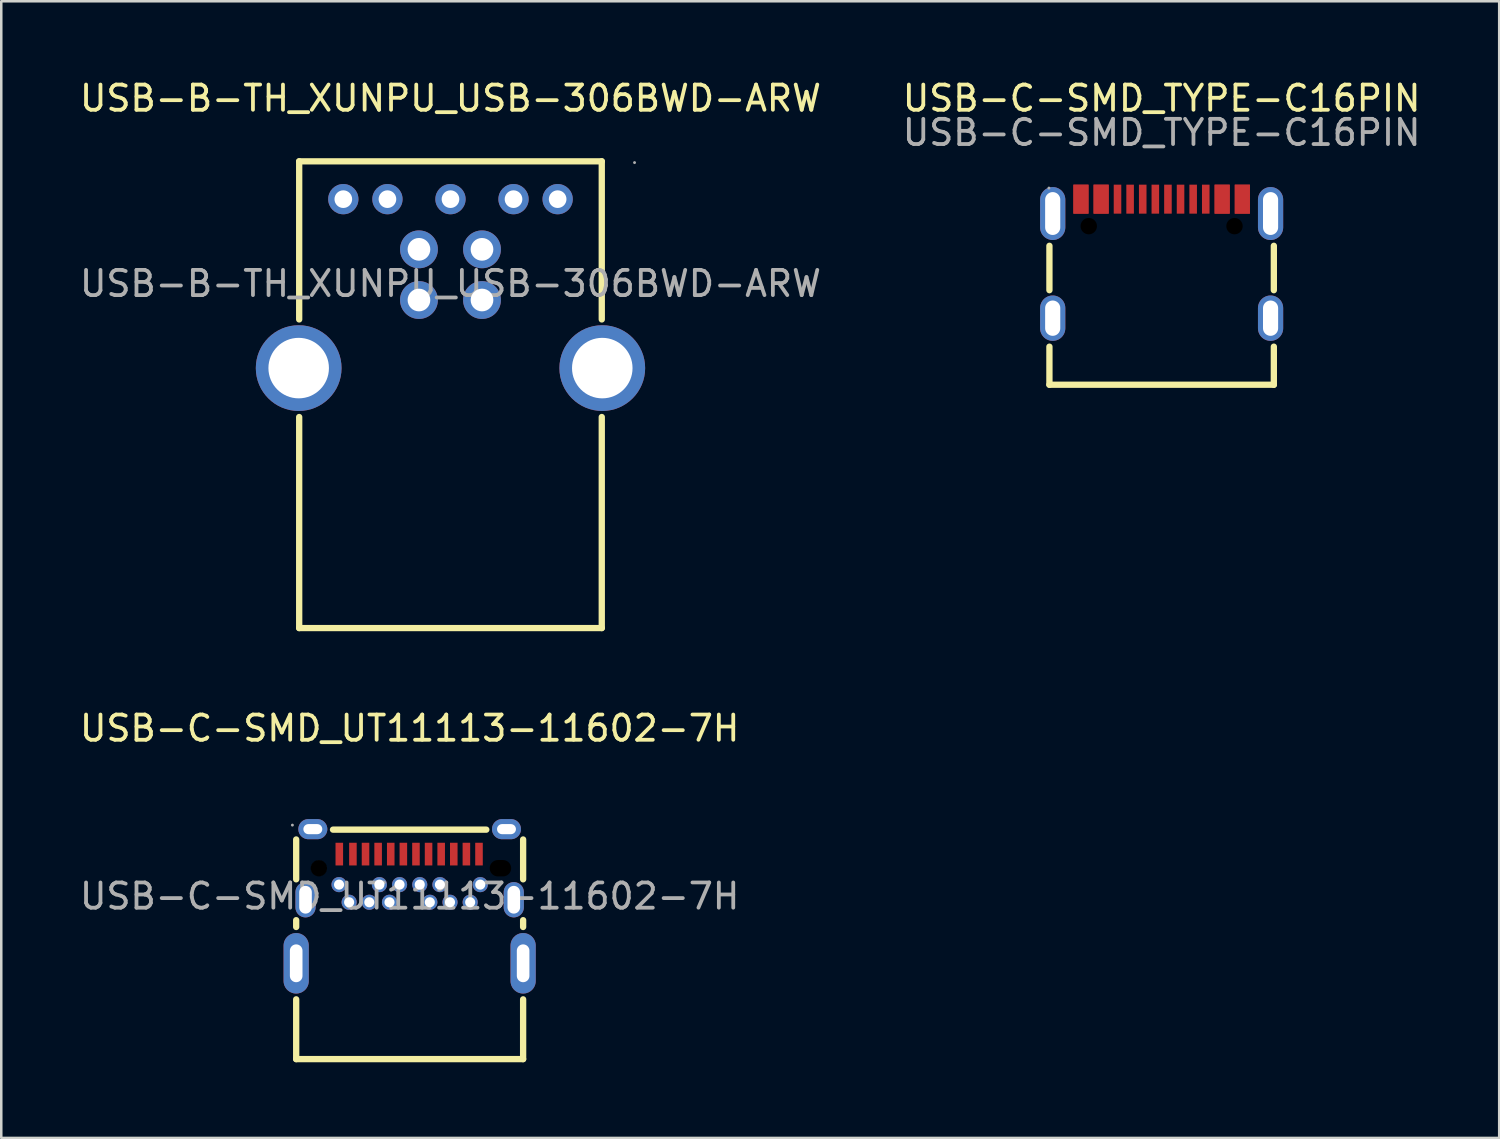
<source format=kicad_pcb>
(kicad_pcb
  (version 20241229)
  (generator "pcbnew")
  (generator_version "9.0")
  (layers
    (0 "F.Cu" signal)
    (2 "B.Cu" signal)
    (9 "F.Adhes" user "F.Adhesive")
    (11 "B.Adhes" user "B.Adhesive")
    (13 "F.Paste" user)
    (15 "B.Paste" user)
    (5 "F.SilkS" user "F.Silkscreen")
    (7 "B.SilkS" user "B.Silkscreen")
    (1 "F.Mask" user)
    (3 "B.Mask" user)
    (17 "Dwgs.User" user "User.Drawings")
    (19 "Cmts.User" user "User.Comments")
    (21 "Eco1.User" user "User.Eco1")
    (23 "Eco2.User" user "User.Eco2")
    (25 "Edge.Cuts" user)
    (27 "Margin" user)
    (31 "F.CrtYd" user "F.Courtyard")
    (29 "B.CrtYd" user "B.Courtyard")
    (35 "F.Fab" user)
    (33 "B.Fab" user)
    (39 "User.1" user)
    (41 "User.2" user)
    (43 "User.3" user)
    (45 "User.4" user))
  (footprint "USB-C-SMD_TYPE-C16PIN"
    (layer "F.Cu")
    (at 43.018 7.208)
    (property "Reference" "USB-C-SMD_TYPE-C16PIN" (at 0 -6.36 0) (layer "F.SilkS") (effects (font (size 1 1) (thickness 0.15))))
    (attr smd)
    (fp_line (start -4.45 -0.51) (end -4.45 1.25) (stroke (width 0.25) (type solid)) (layer "F.SilkS"))
    (fp_line (start -4.45 3.49) (end -4.45 5) (stroke (width 0.25) (type solid)) (layer "F.SilkS"))
    (fp_line (start -4.45 5) (end 4.45 5) (stroke (width 0.25) (type solid)) (layer "F.SilkS"))
    (fp_line (start 4.45 1.25) (end 4.45 -0.51) (stroke (width 0.25) (type solid)) (layer "F.SilkS"))
    (fp_line (start 4.45 5) (end 4.45 3.49) (stroke (width 0.25) (type solid)) (layer "F.SilkS"))
    (fp_circle (center -4.47 -2.8) (end -4.44 -2.8) (stroke (width 0.06) (type solid)) (fill no) (layer "F.Fab"))
    (fp_text user "${REFERENCE}" (at 0 -5 0) (layer "F.Fab") (effects (font (size 1 1) (thickness 0.15))))
    (pad "" np_thru_hole circle (at -2.89 -1.29) (size 0.65 0.65) (drill 0.65) (layers "*.Mask"))
    (pad "" np_thru_hole circle (at 2.89 -1.29) (size 0.65 0.65) (drill 0.65) (layers "*.Mask"))
    (pad "A1" smd rect (at -3.2 -2.36) (size 0.6 1.15) (layers "F.Cu" "F.Mask" "F.Paste"))
    (pad "A4" smd rect (at -2.4 -2.36) (size 0.6 1.15) (layers "F.Cu" "F.Mask" "F.Paste"))
    (pad "A5" smd rect (at -1.25 -2.36) (size 0.3 1.15) (layers "F.Cu" "F.Mask" "F.Paste"))
    (pad "A6" smd rect (at -0.25 -2.36) (size 0.3 1.15) (layers "F.Cu" "F.Mask" "F.Paste"))
    (pad "A7" smd rect (at 0.25 -2.36) (size 0.3 1.15) (layers "F.Cu" "F.Mask" "F.Paste"))
    (pad "A8" smd rect (at -1.75 -2.36) (size 0.3 1.15) (layers "F.Cu" "F.Mask" "F.Paste"))
    (pad "A9" smd rect (at 2.4 -2.36) (size 0.6 1.15) (layers "F.Cu" "F.Mask" "F.Paste"))
    (pad "A12" smd rect (at 3.2 -2.36) (size 0.6 1.15) (layers "F.Cu" "F.Mask" "F.Paste"))
    (pad "B1" smd rect (at 3.2 -2.36) (size 0.6 1.15) (layers "F.Cu" "F.Mask" "F.Paste"))
    (pad "B4" smd rect (at 2.4 -2.36) (size 0.6 1.15) (layers "F.Cu" "F.Mask" "F.Paste"))
    (pad "B5" smd rect (at 1.75 -2.36) (size 0.3 1.15) (layers "F.Cu" "F.Mask" "F.Paste"))
    (pad "B6" smd rect (at 0.75 -2.36) (size 0.3 1.15) (layers "F.Cu" "F.Mask" "F.Paste"))
    (pad "B7" smd rect (at -0.75 -2.36) (size 0.3 1.15) (layers "F.Cu" "F.Mask" "F.Paste"))
    (pad "B8" smd rect (at 1.25 -2.36) (size 0.3 1.15) (layers "F.Cu" "F.Mask" "F.Paste"))
    (pad "B9" smd rect (at -2.4 -2.36) (size 0.6 1.15) (layers "F.Cu" "F.Mask" "F.Paste"))
    (pad "B12" smd rect (at -3.2 -2.36) (size 0.6 1.15) (layers "F.Cu" "F.Mask" "F.Paste"))
    (pad "S1" thru_hole oval (at -4.32 -1.79) (size 1 2.1) (drill oval 0.6 1.7) (layers "*.Cu" "*.Mask"))
    (pad "S1" thru_hole oval (at -4.32 2.36) (size 1 1.8) (drill oval 0.6 1.4) (layers "*.Cu" "*.Mask"))
    (pad "S1" thru_hole oval (at 4.32 -1.79) (size 1 2.1) (drill oval 0.6 1.7) (layers "*.Cu" "*.Mask"))
    (pad "S1" thru_hole oval (at 4.32 2.36) (size 1 1.8) (drill oval 0.6 1.4) (layers "*.Cu" "*.Mask")))
  (footprint "USB-C-SMD_UT11113-11602-7H"
    (layer "F.Cu")
    (at 13.196 32.492)
    (property "Reference" "USB-C-SMD_UT11113-11602-7H" (at 0 -6.66 0) (layer "F.SilkS") (effects (font (size 1 1) (thickness 0.15))))
    (attr smd)
    (fp_line (start -4.5 -0.67) (end -4.5 -2.25) (stroke (width 0.25) (type solid)) (layer "F.SilkS"))
    (fp_line (start -4.5 1.22) (end -4.5 0.95) (stroke (width 0.25) (type solid)) (layer "F.SilkS"))
    (fp_line (start -4.5 6.46) (end -4.5 4.09) (stroke (width 0.25) (type solid)) (layer "F.SilkS"))
    (fp_line (start -4.5 6.46) (end 4.5 6.46) (stroke (width 0.25) (type solid)) (layer "F.SilkS"))
    (fp_line (start -3.04 -2.64) (end 3.04 -2.64) (stroke (width 0.25) (type solid)) (layer "F.SilkS"))
    (fp_line (start 4.5 -0.67) (end 4.5 -2.25) (stroke (width 0.25) (type solid)) (layer "F.SilkS"))
    (fp_line (start 4.5 1.22) (end 4.5 0.95) (stroke (width 0.25) (type solid)) (layer "F.SilkS"))
    (fp_line (start 4.5 6.46) (end 4.5 4.09) (stroke (width 0.25) (type solid)) (layer "F.SilkS"))
    (fp_circle (center -3.6 -1.11) (end -3.45 -1.11) (stroke (width 0.3) (type solid)) (fill no) (layer "Cmts.User"))
    (fp_circle (center -4.65 -2.82) (end -4.62 -2.82) (stroke (width 0.06) (type solid)) (fill no) (layer "F.Fab"))
    (fp_circle (center -2.8 -0.46) (end -2.75 -0.46) (stroke (width 0.1) (type solid)) (fill no) (layer "F.Fab"))
    (fp_circle (center -2.4 0.24) (end -2.35 0.24) (stroke (width 0.1) (type solid)) (fill no) (layer "F.Fab"))
    (fp_circle (center -1.6 0.24) (end -1.55 0.24) (stroke (width 0.1) (type solid)) (fill no) (layer "F.Fab"))
    (fp_circle (center -1.2 -0.46) (end -1.15 -0.46) (stroke (width 0.1) (type solid)) (fill no) (layer "F.Fab"))
    (fp_circle (center -0.8 0.24) (end -0.75 0.24) (stroke (width 0.1) (type solid)) (fill no) (layer "F.Fab"))
    (fp_circle (center -0.4 -0.46) (end -0.35 -0.46) (stroke (width 0.1) (type solid)) (fill no) (layer "F.Fab"))
    (fp_circle (center 0.4 -0.46) (end 0.45 -0.46) (stroke (width 0.1) (type solid)) (fill no) (layer "F.Fab"))
    (fp_circle (center 0.8 0.24) (end 0.85 0.24) (stroke (width 0.1) (type solid)) (fill no) (layer "F.Fab"))
    (fp_circle (center 1.2 -0.46) (end 1.25 -0.46) (stroke (width 0.1) (type solid)) (fill no) (layer "F.Fab"))
    (fp_circle (center 1.6 0.24) (end 1.65 0.24) (stroke (width 0.1) (type solid)) (fill no) (layer "F.Fab"))
    (fp_circle (center 2.4 0.24) (end 2.45 0.24) (stroke (width 0.1) (type solid)) (fill no) (layer "F.Fab"))
    (fp_circle (center 2.8 -0.46) (end 2.85 -0.46) (stroke (width 0.1) (type solid)) (fill no) (layer "F.Fab"))
    (fp_text user "${REFERENCE}" (at 0 0 0) (layer "F.Fab") (effects (font (size 1 1) (thickness 0.15))))
    (pad "" np_thru_hole circle (at -3.6 -1.11) (size 0.65 0.65) (drill 0.65) (layers "*.Mask"))
    (pad "" np_thru_hole oval (at 3.6 -1.11) (size 0.85 0.65) (drill oval 0.85 0.65) (layers "*.Mask"))
    (pad "A1" smd rect (at -2.79 -1.67) (size 0.3 0.9) (layers "F.Cu" "F.Mask" "F.Paste"))
    (pad "A2" smd rect (at -2.25 -1.67) (size 0.3 0.9) (layers "F.Cu" "F.Mask" "F.Paste"))
    (pad "A3" smd rect (at -1.75 -1.67) (size 0.3 0.9) (layers "F.Cu" "F.Mask" "F.Paste"))
    (pad "A4" smd rect (at -1.25 -1.67) (size 0.3 0.9) (layers "F.Cu" "F.Mask" "F.Paste"))
    (pad "A5" smd rect (at -0.75 -1.67) (size 0.3 0.9) (layers "F.Cu" "F.Mask" "F.Paste"))
    (pad "A6" smd rect (at -0.25 -1.67) (size 0.3 0.9) (layers "F.Cu" "F.Mask" "F.Paste"))
    (pad "A7" smd rect (at 0.25 -1.67) (size 0.3 0.9) (layers "F.Cu" "F.Mask" "F.Paste"))
    (pad "A8" smd rect (at 0.75 -1.67) (size 0.3 0.9) (layers "F.Cu" "F.Mask" "F.Paste"))
    (pad "A9" smd rect (at 1.25 -1.67) (size 0.3 0.9) (layers "F.Cu" "F.Mask" "F.Paste"))
    (pad "A10" smd rect (at 1.75 -1.67) (size 0.3 0.9) (layers "F.Cu" "F.Mask" "F.Paste"))
    (pad "A11" smd rect (at 2.25 -1.67) (size 0.3 0.9) (layers "F.Cu" "F.Mask" "F.Paste"))
    (pad "A12" smd rect (at 2.75 -1.67) (size 0.3 0.9) (layers "F.Cu" "F.Mask" "F.Paste"))
    (pad "B1" thru_hole circle (at 2.8 -0.46) (size 0.6 0.6) (drill 0.4) (layers "*.Cu" "*.Paste" "*.Mask"))
    (pad "B2" thru_hole circle (at 2.4 0.24) (size 0.6 0.6) (drill 0.4) (layers "*.Cu" "*.Paste" "*.Mask"))
    (pad "B3" thru_hole circle (at 1.6 0.24) (size 0.6 0.6) (drill 0.4) (layers "*.Cu" "*.Paste" "*.Mask"))
    (pad "B4" thru_hole circle (at 1.2 -0.46) (size 0.6 0.6) (drill 0.4) (layers "*.Cu" "*.Paste" "*.Mask"))
    (pad "B5" thru_hole circle (at 0.8 0.24) (size 0.6 0.6) (drill 0.4) (layers "*.Cu" "*.Paste" "*.Mask"))
    (pad "B6" thru_hole circle (at 0.4 -0.46) (size 0.6 0.6) (drill 0.4) (layers "*.Cu" "*.Paste" "*.Mask"))
    (pad "B7" thru_hole circle (at -0.4 -0.46) (size 0.6 0.6) (drill 0.4) (layers "*.Cu" "*.Paste" "*.Mask"))
    (pad "B8" thru_hole circle (at -0.8 0.24) (size 0.6 0.6) (drill 0.4) (layers "*.Cu" "*.Paste" "*.Mask"))
    (pad "B9" thru_hole circle (at -1.2 -0.46) (size 0.6 0.6) (drill 0.4) (layers "*.Cu" "*.Paste" "*.Mask"))
    (pad "B10" thru_hole circle (at -1.6 0.24) (size 0.6 0.6) (drill 0.4) (layers "*.Cu" "*.Paste" "*.Mask"))
    (pad "B11" thru_hole circle (at -2.4 0.24) (size 0.6 0.6) (drill 0.4) (layers "*.Cu" "*.Paste" "*.Mask"))
    (pad "B12" thru_hole circle (at -2.8 -0.46) (size 0.6 0.6) (drill 0.4) (layers "*.Cu" "*.Paste" "*.Mask"))
    (pad "S1" thru_hole oval (at -4.5 2.66) (size 1 2.4) (drill oval 0.5 1.5) (layers "*.Cu" "*.Paste" "*.Mask"))
    (pad "S1" thru_hole oval (at -4.13 0.14) (size 0.8 1.4) (drill oval 0.5 1.1) (layers "*.Cu" "*.Paste" "*.Mask"))
    (pad "S1" thru_hole oval (at -3.84 -2.66 90) (size 0.8 1.15) (drill oval 0.4 0.75) (layers "*.Cu" "*.Paste" "*.Mask"))
    (pad "S1" thru_hole oval (at 3.84 -2.66 90) (size 0.8 1.15) (drill oval 0.4 0.75) (layers "*.Cu" "*.Paste" "*.Mask"))
    (pad "S1" thru_hole oval (at 4.13 0.14) (size 0.8 1.4) (drill oval 0.5 1.1) (layers "*.Cu" "*.Paste" "*.Mask"))
    (pad "S1" thru_hole oval (at 4.5 2.66) (size 1 2.4) (drill oval 0.5 1.5) (layers "*.Cu" "*.Paste" "*.Mask")))
  (footprint "USB-B-TH_XUNPU_USB-306BWD-ARW"
    (layer "F.Cu")
    (at 14.815 8.198)
    (property "Reference" "USB-B-TH_XUNPU_USB-306BWD-ARW" (at 0 -7.35 0) (layer "F.SilkS") (effects (font (size 1 1) (thickness 0.15))))
    (attr through_hole)
    (fp_line (start -6 -4.85) (end 6 -4.85) (stroke (width 0.25) (type solid)) (layer "F.SilkS"))
    (fp_line (start -6 1.42) (end -6 -4.85) (stroke (width 0.25) (type solid)) (layer "F.SilkS"))
    (fp_line (start -6 5.29) (end -6 13.66) (stroke (width 0.25) (type solid)) (layer "F.SilkS"))
    (fp_line (start -6 13.66) (end 6 13.66) (stroke (width 0.25) (type solid)) (layer "F.SilkS"))
    (fp_line (start 6 1.42) (end 6 -4.85) (stroke (width 0.25) (type solid)) (layer "F.SilkS"))
    (fp_line (start 6 13.66) (end 6 5.29) (stroke (width 0.25) (type solid)) (layer "F.SilkS"))
    (fp_circle (center 7.3 -4.8) (end 7.33 -4.8) (stroke (width 0.06) (type solid)) (fill no) (layer "F.Fab"))
    (fp_text user "${REFERENCE}" (at 0 0 0) (layer "F.Fab") (effects (font (size 1 1) (thickness 0.15))))
    (pad "1" thru_hole circle (at 1.25 -1.36) (size 1.5 1.5) (drill 0.9) (layers "*.Cu" "*.Paste" "*.Mask"))
    (pad "2" thru_hole circle (at -1.25 -1.36) (size 1.5 1.5) (drill 0.9) (layers "*.Cu" "*.Paste" "*.Mask"))
    (pad "3" thru_hole circle (at -1.25 0.65) (size 1.5 1.5) (drill 0.9) (layers "*.Cu" "*.Paste" "*.Mask"))
    (pad "4" thru_hole circle (at 1.25 0.65) (size 1.5 1.5) (drill 0.9) (layers "*.Cu" "*.Paste" "*.Mask"))
    (pad "5" thru_hole circle (at -4.25 -3.35) (size 1.2 1.2) (drill 0.7) (layers "*.Cu" "*.Paste" "*.Mask"))
    (pad "6" thru_hole circle (at -2.5 -3.35) (size 1.2 1.2) (drill 0.7) (layers "*.Cu" "*.Paste" "*.Mask"))
    (pad "7" thru_hole circle (at 0 -3.35) (size 1.2 1.2) (drill 0.7) (layers "*.Cu" "*.Paste" "*.Mask"))
    (pad "8" thru_hole circle (at 2.5 -3.35) (size 1.2 1.2) (drill 0.7) (layers "*.Cu" "*.Paste" "*.Mask"))
    (pad "9" thru_hole circle (at 4.25 -3.35) (size 1.2 1.2) (drill 0.7) (layers "*.Cu" "*.Paste" "*.Mask"))
    (pad "10" thru_hole circle (at -6.02 3.35) (size 3.4 3.4) (drill 2.4) (layers "*.Cu" "*.Paste" "*.Mask"))
    (pad "10" thru_hole circle (at 6.02 3.35) (size 3.4 3.4) (drill 2.4) (layers "*.Cu" "*.Paste" "*.Mask")))
  (gr_rect
    (start -3 -3)
    (end 56.405 42.077)
    (stroke (width 0.1) (type default))
    (fill no)
    (layer "Edge.Cuts")))
</source>
